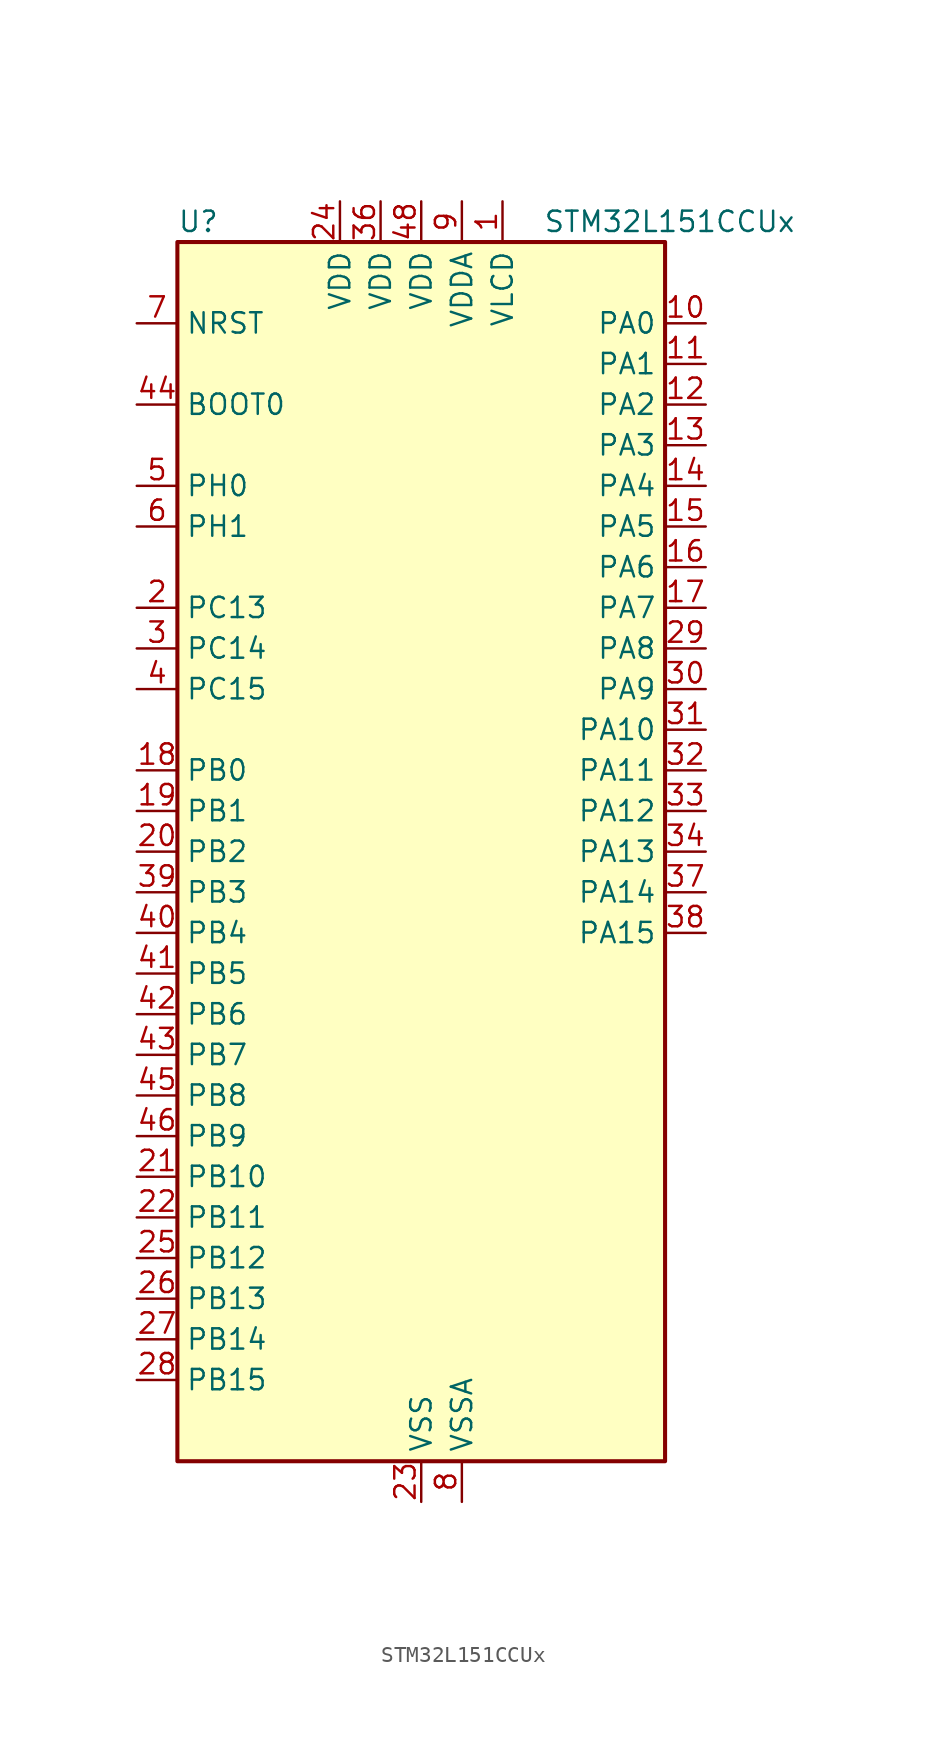
<source format=kicad_sym>
(kicad_symbol_lib
  (version 20241209)
  (generator "kicad_symbol_editor")
  (generator_version "9.0")
  (symbol "STM32L151CCUx"
    (property "Reference" "U"
      (at -15.24 39.37 0)
      (effects (font (size 1.27 1.27)) (justify left)))
    (property "Value" "STM32L151CCUx"
      (at 7.62 39.37 0)
      (effects (font (size 1.27 1.27)) (justify left)))
    (symbol "STM32L151CCUx_0_1"
      (rectangle (start -15.24 -38.1) (end 15.24 38.1) (stroke (width 0.254) (type default)) (fill (type background))))
    (symbol "STM32L151CCUx_1_1"
      (pin input line (at -17.78 33.02 0) (length 2.54) (name "NRST" (effects (font (size 1.27 1.27)))) (number "7" (effects (font (size 1.27 1.27)))))
      (pin input line (at -17.78 27.94 0) (length 2.54) (name "BOOT0" (effects (font (size 1.27 1.27)))) (number "44" (effects (font (size 1.27 1.27)))))
      (pin bidirectional line (at -17.78 22.86 0) (length 2.54) (name "PH0" (effects (font (size 1.27 1.27)))) (number "5" (effects (font (size 1.27 1.27)))) (alternate "RCC_OSC_IN" bidirectional line))
      (pin bidirectional line (at -17.78 20.32 0) (length 2.54) (name "PH1" (effects (font (size 1.27 1.27)))) (number "6" (effects (font (size 1.27 1.27)))) (alternate "RCC_OSC_OUT" bidirectional line))
      (pin bidirectional line (at -17.78 15.24 0) (length 2.54) (name "PC13" (effects (font (size 1.27 1.27)))) (number "2" (effects (font (size 1.27 1.27)))) (alternate "RTC_OUT_ALARM" bidirectional line) (alternate "RTC_OUT_CALIB" bidirectional line) (alternate "RTC_TAMP1" bidirectional line) (alternate "RTC_TS" bidirectional line) (alternate "SYS_WKUP2" bidirectional line) (alternate "TIMX_IC2" bidirectional line))
      (pin bidirectional line (at -17.78 12.7 0) (length 2.54) (name "PC14" (effects (font (size 1.27 1.27)))) (number "3" (effects (font (size 1.27 1.27)))) (alternate "RCC_OSC32_IN" bidirectional line) (alternate "TIMX_IC3" bidirectional line))
      (pin bidirectional line (at -17.78 10.16 0) (length 2.54) (name "PC15" (effects (font (size 1.27 1.27)))) (number "4" (effects (font (size 1.27 1.27)))) (alternate "ADC_EXTI15" bidirectional line) (alternate "RCC_OSC32_OUT" bidirectional line) (alternate "TIMX_IC4" bidirectional line))
      (pin bidirectional line (at -17.78 5.08 0) (length 2.54) (name "PB0" (effects (font (size 1.27 1.27)))) (number "18" (effects (font (size 1.27 1.27)))) (alternate "ADC_IN8" bidirectional line) (alternate "COMP1_INP" bidirectional line) (alternate "OPAMP2_VOUT" bidirectional line) (alternate "SYS_V_REF_OUT" bidirectional line) (alternate "TIM3_CH3" bidirectional line) (alternate "TS_G3_IO1" bidirectional line))
      (pin bidirectional line (at -17.78 2.54 0) (length 2.54) (name "PB1" (effects (font (size 1.27 1.27)))) (number "19" (effects (font (size 1.27 1.27)))) (alternate "ADC_IN9" bidirectional line) (alternate "COMP1_INP" bidirectional line) (alternate "SYS_V_REF_OUT" bidirectional line) (alternate "TIM3_CH4" bidirectional line) (alternate "TS_G3_IO2" bidirectional line))
      (pin bidirectional line (at -17.78 0 0) (length 2.54) (name "PB2" (effects (font (size 1.27 1.27)))) (number "20" (effects (font (size 1.27 1.27)))) (alternate "TS_G3_IO3" bidirectional line))
      (pin bidirectional line (at -17.78 -2.54 0) (length 2.54) (name "PB3" (effects (font (size 1.27 1.27)))) (number "39" (effects (font (size 1.27 1.27)))) (alternate "COMP2_INM" bidirectional line) (alternate "I2S3_CK" bidirectional line) (alternate "SPI1_SCK" bidirectional line) (alternate "SPI3_SCK" bidirectional line) (alternate "SYS_JTDO-TRACESWO" bidirectional line) (alternate "TIM2_CH2" bidirectional line))
      (pin bidirectional line (at -17.78 -5.08 0) (length 2.54) (name "PB4" (effects (font (size 1.27 1.27)))) (number "40" (effects (font (size 1.27 1.27)))) (alternate "COMP2_INP" bidirectional line) (alternate "SPI1_MISO" bidirectional line) (alternate "SPI3_MISO" bidirectional line) (alternate "SYS_JTRST" bidirectional line) (alternate "TIM3_CH1" bidirectional line) (alternate "TS_G6_IO1" bidirectional line))
      (pin bidirectional line (at -17.78 -7.62 0) (length 2.54) (name "PB5" (effects (font (size 1.27 1.27)))) (number "41" (effects (font (size 1.27 1.27)))) (alternate "COMP2_INP" bidirectional line) (alternate "I2C1_SMBA" bidirectional line) (alternate "I2S3_SD" bidirectional line) (alternate "SPI1_MOSI" bidirectional line) (alternate "SPI3_MOSI" bidirectional line) (alternate "TIM3_CH2" bidirectional line) (alternate "TS_G6_IO2" bidirectional line))
      (pin bidirectional line (at -17.78 -10.16 0) (length 2.54) (name "PB6" (effects (font (size 1.27 1.27)))) (number "42" (effects (font (size 1.27 1.27)))) (alternate "COMP2_INP" bidirectional line) (alternate "I2C1_SCL" bidirectional line) (alternate "TIM4_CH1" bidirectional line) (alternate "TS_G6_IO3" bidirectional line) (alternate "USART1_TX" bidirectional line))
      (pin bidirectional line (at -17.78 -12.7 0) (length 2.54) (name "PB7" (effects (font (size 1.27 1.27)))) (number "43" (effects (font (size 1.27 1.27)))) (alternate "COMP2_INP" bidirectional line) (alternate "I2C1_SDA" bidirectional line) (alternate "SYS_PVD_IN" bidirectional line) (alternate "TIM4_CH2" bidirectional line) (alternate "TS_G6_IO4" bidirectional line) (alternate "USART1_RX" bidirectional line))
      (pin bidirectional line (at -17.78 -15.24 0) (length 2.54) (name "PB8" (effects (font (size 1.27 1.27)))) (number "45" (effects (font (size 1.27 1.27)))) (alternate "I2C1_SCL" bidirectional line) (alternate "TIM10_CH1" bidirectional line) (alternate "TIM4_CH3" bidirectional line))
      (pin bidirectional line (at -17.78 -17.78 0) (length 2.54) (name "PB9" (effects (font (size 1.27 1.27)))) (number "46" (effects (font (size 1.27 1.27)))) (alternate "DAC_EXTI9" bidirectional line) (alternate "I2C1_SDA" bidirectional line) (alternate "TIM11_CH1" bidirectional line) (alternate "TIM4_CH4" bidirectional line))
      (pin bidirectional line (at -17.78 -20.32 0) (length 2.54) (name "PB10" (effects (font (size 1.27 1.27)))) (number "21" (effects (font (size 1.27 1.27)))) (alternate "I2C2_SCL" bidirectional line) (alternate "TIM2_CH3" bidirectional line) (alternate "USART3_TX" bidirectional line))
      (pin bidirectional line (at -17.78 -22.86 0) (length 2.54) (name "PB11" (effects (font (size 1.27 1.27)))) (number "22" (effects (font (size 1.27 1.27)))) (alternate "ADC_EXTI11" bidirectional line) (alternate "I2C2_SDA" bidirectional line) (alternate "TIM2_CH4" bidirectional line) (alternate "USART3_RX" bidirectional line))
      (pin bidirectional line (at -17.78 -25.4 0) (length 2.54) (name "PB12" (effects (font (size 1.27 1.27)))) (number "25" (effects (font (size 1.27 1.27)))) (alternate "ADC_IN18" bidirectional line) (alternate "COMP1_INP" bidirectional line) (alternate "I2C2_SMBA" bidirectional line) (alternate "I2S2_WS" bidirectional line) (alternate "SPI2_NSS" bidirectional line) (alternate "TIM10_CH1" bidirectional line) (alternate "TS_G7_IO1" bidirectional line) (alternate "USART3_CK" bidirectional line))
      (pin bidirectional line (at -17.78 -27.94 0) (length 2.54) (name "PB13" (effects (font (size 1.27 1.27)))) (number "26" (effects (font (size 1.27 1.27)))) (alternate "ADC_IN19" bidirectional line) (alternate "COMP1_INP" bidirectional line) (alternate "I2S2_CK" bidirectional line) (alternate "SPI2_SCK" bidirectional line) (alternate "TIM9_CH1" bidirectional line) (alternate "TS_G7_IO2" bidirectional line) (alternate "USART3_CTS" bidirectional line))
      (pin bidirectional line (at -17.78 -30.48 0) (length 2.54) (name "PB14" (effects (font (size 1.27 1.27)))) (number "27" (effects (font (size 1.27 1.27)))) (alternate "ADC_IN20" bidirectional line) (alternate "COMP1_INP" bidirectional line) (alternate "SPI2_MISO" bidirectional line) (alternate "TIM9_CH2" bidirectional line) (alternate "TS_G7_IO3" bidirectional line) (alternate "USART3_RTS" bidirectional line))
      (pin bidirectional line (at -17.78 -33.02 0) (length 2.54) (name "PB15" (effects (font (size 1.27 1.27)))) (number "28" (effects (font (size 1.27 1.27)))) (alternate "ADC_EXTI15" bidirectional line) (alternate "ADC_IN21" bidirectional line) (alternate "COMP1_INP" bidirectional line) (alternate "I2S2_SD" bidirectional line) (alternate "RTC_REFIN" bidirectional line) (alternate "SPI2_MOSI" bidirectional line) (alternate "TIM11_CH1" bidirectional line) (alternate "TS_G7_IO4" bidirectional line))
      (pin power_in line (at -5.08 40.64 270) (length 2.54) (name "VDD" (effects (font (size 1.27 1.27)))) (number "24" (effects (font (size 1.27 1.27)))))
      (pin power_in line (at -2.54 40.64 270) (length 2.54) (name "VDD" (effects (font (size 1.27 1.27)))) (number "36" (effects (font (size 1.27 1.27)))))
      (pin power_in line (at 0 40.64 270) (length 2.54) (name "VDD" (effects (font (size 1.27 1.27)))) (number "48" (effects (font (size 1.27 1.27)))))
      (pin power_in line (at 0 -40.64 90) (length 2.54) (name "VSS" (effects (font (size 1.27 1.27)))) (number "23" (effects (font (size 1.27 1.27)))))
      (pin passive line (at 0 -40.64 90) (length 2.54) (hide yes) (name "VSS" (effects (font (size 1.27 1.27)))) (number "35" (effects (font (size 1.27 1.27)))))
      (pin passive line (at 0 -40.64 90) (length 2.54) (hide yes) (name "VSS" (effects (font (size 1.27 1.27)))) (number "47" (effects (font (size 1.27 1.27)))))
      (pin passive line (at 0 -40.64 90) (length 2.54) (hide yes) (name "VSS" (effects (font (size 1.27 1.27)))) (number "49" (effects (font (size 1.27 1.27)))))
      (pin power_in line (at 2.54 40.64 270) (length 2.54) (name "VDDA" (effects (font (size 1.27 1.27)))) (number "9" (effects (font (size 1.27 1.27)))))
      (pin power_in line (at 2.54 -40.64 90) (length 2.54) (name "VSSA" (effects (font (size 1.27 1.27)))) (number "8" (effects (font (size 1.27 1.27)))))
      (pin power_in line (at 5.08 40.64 270) (length 2.54) (name "VLCD" (effects (font (size 1.27 1.27)))) (number "1" (effects (font (size 1.27 1.27)))))
      (pin bidirectional line (at 17.78 33.02 180) (length 2.54) (name "PA0" (effects (font (size 1.27 1.27)))) (number "10" (effects (font (size 1.27 1.27)))) (alternate "ADC_IN0" bidirectional line) (alternate "COMP1_INP" bidirectional line) (alternate "RTC_TAMP2" bidirectional line) (alternate "SYS_WKUP1" bidirectional line) (alternate "TIM2_CH1" bidirectional line) (alternate "TIM2_ETR" bidirectional line) (alternate "TIM5_CH1" bidirectional line) (alternate "TIMX_IC1" bidirectional line) (alternate "TS_G1_IO1" bidirectional line) (alternate "USART2_CTS" bidirectional line))
      (pin bidirectional line (at 17.78 30.48 180) (length 2.54) (name "PA1" (effects (font (size 1.27 1.27)))) (number "11" (effects (font (size 1.27 1.27)))) (alternate "ADC_IN1" bidirectional line) (alternate "COMP1_INP" bidirectional line) (alternate "OPAMP1_VINP" bidirectional line) (alternate "TIM2_CH2" bidirectional line) (alternate "TIM5_CH2" bidirectional line) (alternate "TIMX_IC2" bidirectional line) (alternate "TS_G1_IO2" bidirectional line) (alternate "USART2_RTS" bidirectional line))
      (pin bidirectional line (at 17.78 27.94 180) (length 2.54) (name "PA2" (effects (font (size 1.27 1.27)))) (number "12" (effects (font (size 1.27 1.27)))) (alternate "ADC_IN2" bidirectional line) (alternate "COMP1_INP" bidirectional line) (alternate "OPAMP1_VINM" bidirectional line) (alternate "TIM2_CH3" bidirectional line) (alternate "TIM5_CH3" bidirectional line) (alternate "TIM9_CH1" bidirectional line) (alternate "TIMX_IC3" bidirectional line) (alternate "TS_G1_IO3" bidirectional line) (alternate "USART2_TX" bidirectional line))
      (pin bidirectional line (at 17.78 25.4 180) (length 2.54) (name "PA3" (effects (font (size 1.27 1.27)))) (number "13" (effects (font (size 1.27 1.27)))) (alternate "ADC_IN3" bidirectional line) (alternate "COMP1_INP" bidirectional line) (alternate "OPAMP1_VOUT" bidirectional line) (alternate "TIM2_CH4" bidirectional line) (alternate "TIM5_CH4" bidirectional line) (alternate "TIM9_CH2" bidirectional line) (alternate "TIMX_IC4" bidirectional line) (alternate "TS_G1_IO4" bidirectional line) (alternate "USART2_RX" bidirectional line))
      (pin bidirectional line (at 17.78 22.86 180) (length 2.54) (name "PA4" (effects (font (size 1.27 1.27)))) (number "14" (effects (font (size 1.27 1.27)))) (alternate "ADC_IN4" bidirectional line) (alternate "COMP1_INP" bidirectional line) (alternate "DAC_OUT1" bidirectional line) (alternate "I2S3_WS" bidirectional line) (alternate "SPI1_NSS" bidirectional line) (alternate "SPI3_NSS" bidirectional line) (alternate "TIMX_IC1" bidirectional line) (alternate "USART2_CK" bidirectional line))
      (pin bidirectional line (at 17.78 20.32 180) (length 2.54) (name "PA5" (effects (font (size 1.27 1.27)))) (number "15" (effects (font (size 1.27 1.27)))) (alternate "ADC_IN5" bidirectional line) (alternate "COMP1_INP" bidirectional line) (alternate "DAC_OUT2" bidirectional line) (alternate "SPI1_SCK" bidirectional line) (alternate "TIM2_CH1" bidirectional line) (alternate "TIM2_ETR" bidirectional line) (alternate "TIMX_IC2" bidirectional line))
      (pin bidirectional line (at 17.78 17.78 180) (length 2.54) (name "PA6" (effects (font (size 1.27 1.27)))) (number "16" (effects (font (size 1.27 1.27)))) (alternate "ADC_IN6" bidirectional line) (alternate "COMP1_INP" bidirectional line) (alternate "OPAMP2_VINP" bidirectional line) (alternate "SPI1_MISO" bidirectional line) (alternate "TIM10_CH1" bidirectional line) (alternate "TIM3_CH1" bidirectional line) (alternate "TIMX_IC3" bidirectional line) (alternate "TS_G2_IO1" bidirectional line))
      (pin bidirectional line (at 17.78 15.24 180) (length 2.54) (name "PA7" (effects (font (size 1.27 1.27)))) (number "17" (effects (font (size 1.27 1.27)))) (alternate "ADC_IN7" bidirectional line) (alternate "COMP1_INP" bidirectional line) (alternate "OPAMP2_VINM" bidirectional line) (alternate "SPI1_MOSI" bidirectional line) (alternate "TIM11_CH1" bidirectional line) (alternate "TIM3_CH2" bidirectional line) (alternate "TIMX_IC4" bidirectional line) (alternate "TS_G2_IO2" bidirectional line))
      (pin bidirectional line (at 17.78 12.7 180) (length 2.54) (name "PA8" (effects (font (size 1.27 1.27)))) (number "29" (effects (font (size 1.27 1.27)))) (alternate "RCC_MCO" bidirectional line) (alternate "TIMX_IC1" bidirectional line) (alternate "TS_G4_IO1" bidirectional line) (alternate "USART1_CK" bidirectional line))
      (pin bidirectional line (at 17.78 10.16 180) (length 2.54) (name "PA9" (effects (font (size 1.27 1.27)))) (number "30" (effects (font (size 1.27 1.27)))) (alternate "DAC_EXTI9" bidirectional line) (alternate "TIMX_IC2" bidirectional line) (alternate "TS_G4_IO2" bidirectional line) (alternate "USART1_TX" bidirectional line))
      (pin bidirectional line (at 17.78 7.62 180) (length 2.54) (name "PA10" (effects (font (size 1.27 1.27)))) (number "31" (effects (font (size 1.27 1.27)))) (alternate "TIMX_IC3" bidirectional line) (alternate "TS_G4_IO3" bidirectional line) (alternate "USART1_RX" bidirectional line))
      (pin bidirectional line (at 17.78 5.08 180) (length 2.54) (name "PA11" (effects (font (size 1.27 1.27)))) (number "32" (effects (font (size 1.27 1.27)))) (alternate "ADC_EXTI11" bidirectional line) (alternate "SPI1_MISO" bidirectional line) (alternate "TIMX_IC4" bidirectional line) (alternate "USART1_CTS" bidirectional line) (alternate "USB_DM" bidirectional line))
      (pin bidirectional line (at 17.78 2.54 180) (length 2.54) (name "PA12" (effects (font (size 1.27 1.27)))) (number "33" (effects (font (size 1.27 1.27)))) (alternate "SPI1_MOSI" bidirectional line) (alternate "TIMX_IC1" bidirectional line) (alternate "USART1_RTS" bidirectional line) (alternate "USB_DP" bidirectional line))
      (pin bidirectional line (at 17.78 0 180) (length 2.54) (name "PA13" (effects (font (size 1.27 1.27)))) (number "34" (effects (font (size 1.27 1.27)))) (alternate "SYS_JTMS-SWDIO" bidirectional line) (alternate "TIMX_IC2" bidirectional line) (alternate "TS_G5_IO1" bidirectional line))
      (pin bidirectional line (at 17.78 -2.54 180) (length 2.54) (name "PA14" (effects (font (size 1.27 1.27)))) (number "37" (effects (font (size 1.27 1.27)))) (alternate "SYS_JTCK-SWCLK" bidirectional line) (alternate "TIMX_IC3" bidirectional line) (alternate "TS_G5_IO2" bidirectional line))
      (pin bidirectional line (at 17.78 -5.08 180) (length 2.54) (name "PA15" (effects (font (size 1.27 1.27)))) (number "38" (effects (font (size 1.27 1.27)))) (alternate "ADC_EXTI15" bidirectional line) (alternate "I2S3_WS" bidirectional line) (alternate "SPI1_NSS" bidirectional line) (alternate "SPI3_NSS" bidirectional line) (alternate "SYS_JTDI" bidirectional line) (alternate "TIM2_CH1" bidirectional line) (alternate "TIM2_ETR" bidirectional line) (alternate "TIMX_IC4" bidirectional line) (alternate "TS_G5_IO3" bidirectional line)))))
</source>
